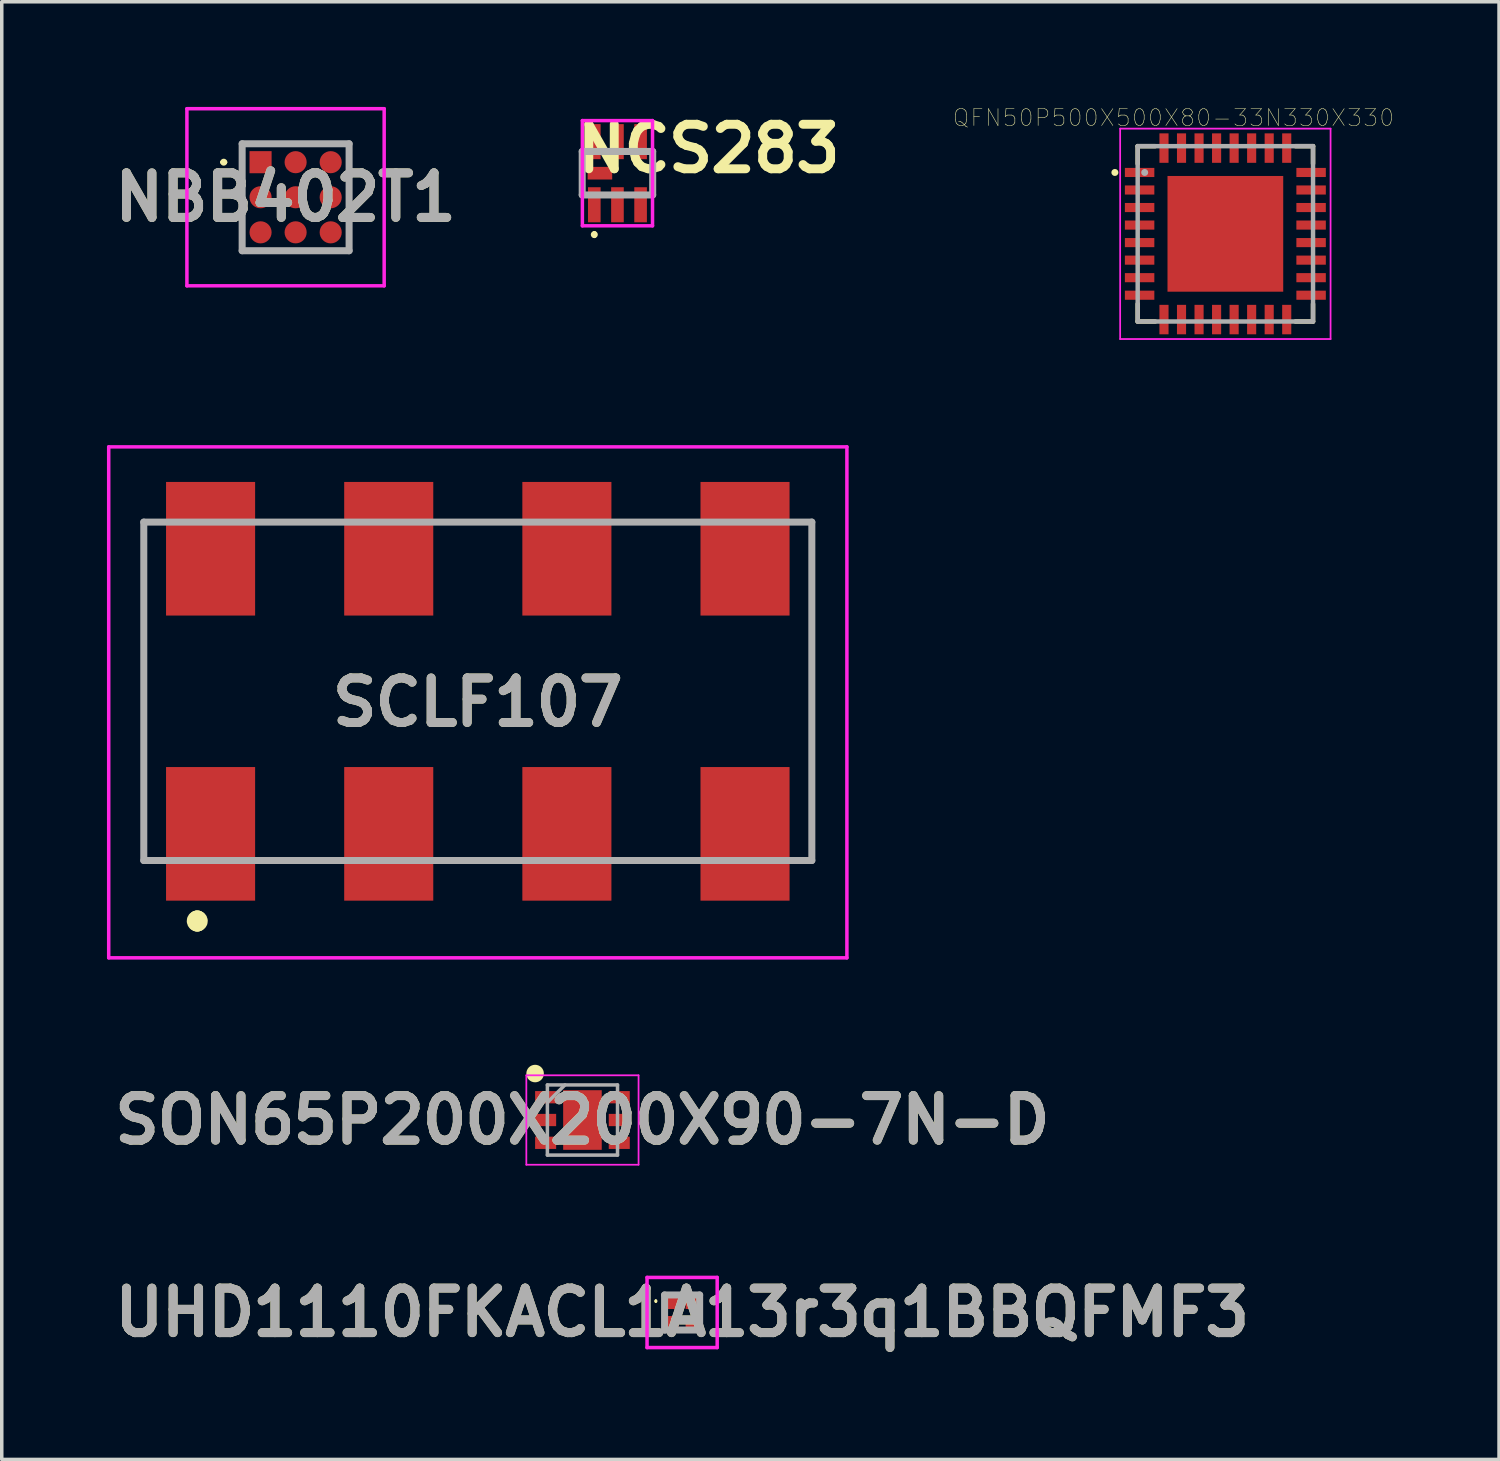
<source format=kicad_pcb>
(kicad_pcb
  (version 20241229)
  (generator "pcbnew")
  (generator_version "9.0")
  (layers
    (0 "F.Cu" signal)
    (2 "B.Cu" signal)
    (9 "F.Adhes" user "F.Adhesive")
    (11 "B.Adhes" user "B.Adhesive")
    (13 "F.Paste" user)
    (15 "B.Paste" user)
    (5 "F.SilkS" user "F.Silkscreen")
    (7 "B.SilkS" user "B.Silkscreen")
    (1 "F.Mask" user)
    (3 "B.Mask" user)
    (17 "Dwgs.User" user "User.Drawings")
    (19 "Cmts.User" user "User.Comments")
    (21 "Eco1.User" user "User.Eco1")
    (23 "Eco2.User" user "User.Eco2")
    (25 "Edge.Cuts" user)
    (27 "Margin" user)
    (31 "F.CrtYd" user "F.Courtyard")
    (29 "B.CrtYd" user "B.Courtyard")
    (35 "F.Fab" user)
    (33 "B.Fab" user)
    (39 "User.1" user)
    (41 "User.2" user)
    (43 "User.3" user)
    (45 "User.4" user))
  (footprint "SCLF107"
    (layer "F.Cu")
    (at 10.575 16.663)
    (property "Reference" "SCLF107" (at 0 0.315 0) (layer "F.SilkS") (effects (font (size 1.27 1.27) (thickness 0.254))))
    (attr smd)
    (fp_line (start -9.525 -4.825) (end -9.5 4.5) (stroke (width 0.1) (type solid)) (layer "F.SilkS"))
    (fp_line (start -8 6.5) (end -8 6.5) (stroke (width 0.5) (type solid)) (layer "F.SilkS"))
    (fp_line (start -8 6.6) (end -8 6.6) (stroke (width 0.5) (type solid)) (layer "F.SilkS"))
    (fp_line (start 9.5 -4.825) (end 9.525 4.5) (stroke (width 0.1) (type solid)) (layer "F.SilkS"))
    (fp_arc (start -8 6.5) (mid -7.95 6.55) (end -8 6.6) (stroke (width 0.5) (type solid)) (layer "F.SilkS"))
    (fp_arc (start -8 6.6) (mid -8.05 6.55) (end -8 6.5) (stroke (width 0.5) (type solid)) (layer "F.SilkS"))
    (fp_line (start -10.525 -6.97) (end 10.525 -6.97) (stroke (width 0.1) (type solid)) (layer "F.CrtYd"))
    (fp_line (start -10.525 7.6) (end -10.525 -6.97) (stroke (width 0.1) (type solid)) (layer "F.CrtYd"))
    (fp_line (start 10.525 -6.97) (end 10.525 7.6) (stroke (width 0.1) (type solid)) (layer "F.CrtYd"))
    (fp_line (start 10.525 7.6) (end -10.525 7.6) (stroke (width 0.1) (type solid)) (layer "F.CrtYd"))
    (fp_line (start -9.525 -4.825) (end 9.525 -4.825) (stroke (width 0.2) (type solid)) (layer "F.Fab"))
    (fp_line (start -9.525 4.825) (end -9.525 -4.825) (stroke (width 0.2) (type solid)) (layer "F.Fab"))
    (fp_line (start 9.525 -4.825) (end 9.525 4.825) (stroke (width 0.2) (type solid)) (layer "F.Fab"))
    (fp_line (start 9.525 4.825) (end -9.525 4.825) (stroke (width 0.2) (type solid)) (layer "F.Fab"))
    (fp_text user "${REFERENCE}" (at 0 0.315 0) (layer "F.Fab") (effects (font (size 1.27 1.27) (thickness 0.254))))
    (pad "1" smd rect (at -7.62 4.065) (size 2.54 3.81) (layers "F.Cu" "F.Mask" "F.Paste"))
    (pad "2" smd rect (at -7.62 -4.065) (size 2.54 3.81) (layers "F.Cu" "F.Mask" "F.Paste"))
    (pad "3" smd rect (at -2.54 4.065) (size 2.54 3.81) (layers "F.Cu" "F.Mask" "F.Paste"))
    (pad "4" smd rect (at -2.54 -4.065) (size 2.54 3.81) (layers "F.Cu" "F.Mask" "F.Paste"))
    (pad "5" smd rect (at 2.54 4.065) (size 2.54 3.81) (layers "F.Cu" "F.Mask" "F.Paste"))
    (pad "6" smd rect (at 2.54 -4.065) (size 2.54 3.81) (layers "F.Cu" "F.Mask" "F.Paste"))
    (pad "7" smd rect (at 7.62 4.065) (size 2.54 3.81) (layers "F.Cu" "F.Mask" "F.Paste"))
    (pad "8" smd rect (at 7.62 -4.065) (size 2.54 3.81) (layers "F.Cu" "F.Mask" "F.Paste")))
  (footprint "NCS283"
    (layer "F.Cu")
    (at 14.557 1.889)
    (property "Reference" "NCS283" (at 2.6 -0.7 0) (layer "F.SilkS") (effects (font (size 1.27 1.27) (thickness 0.254))))
    (attr smd)
    (fp_line (start -1.005 -0.1) (end -1 0.1) (stroke (width 0.1) (type solid)) (layer "F.SilkS"))
    (fp_line (start -0.66 1.7) (end -0.66 1.7) (stroke (width 0.1) (type solid)) (layer "F.SilkS"))
    (fp_line (start -0.66 1.8) (end -0.66 1.8) (stroke (width 0.1) (type solid)) (layer "F.SilkS"))
    (fp_line (start 1.005 -0.1) (end 1.005 0.1) (stroke (width 0.1) (type solid)) (layer "F.SilkS"))
    (fp_arc (start -0.66 1.7) (mid -0.61 1.75) (end -0.66 1.8) (stroke (width 0.1) (type solid)) (layer "F.SilkS"))
    (fp_arc (start -0.66 1.8) (mid -0.71 1.75) (end -0.66 1.7) (stroke (width 0.1) (type solid)) (layer "F.SilkS"))
    (fp_line (start -1 -1.5) (end 1 -1.5) (stroke (width 0.1) (type solid)) (layer "F.CrtYd"))
    (fp_line (start -1 1.5) (end -1 -1.5) (stroke (width 0.1) (type solid)) (layer "F.CrtYd"))
    (fp_line (start 1 -1.5) (end 1 1.5) (stroke (width 0.1) (type solid)) (layer "F.CrtYd"))
    (fp_line (start 1 1.5) (end -1 1.5) (stroke (width 0.1) (type solid)) (layer "F.CrtYd"))
    (fp_line (start -1.005 -0.62) (end 1.005 -0.62) (stroke (width 0.2) (type solid)) (layer "F.Fab"))
    (fp_line (start -1.005 0.62) (end -1.005 -0.62) (stroke (width 0.2) (type solid)) (layer "F.Fab"))
    (fp_line (start 1.005 -0.62) (end 1.005 0.62) (stroke (width 0.2) (type solid)) (layer "F.Fab"))
    (fp_line (start 1.005 0.62) (end -1.005 0.62) (stroke (width 0.2) (type solid)) (layer "F.Fab"))
    (pad "1" smd rect (at -0.66 0.9) (size 0.36 1) (layers "F.Cu" "F.Mask" "F.Paste"))
    (pad "2" smd rect (at 0 0.9) (size 0.36 1) (layers "F.Cu" "F.Mask" "F.Paste"))
    (pad "3" smd rect (at 0.66 0.9) (size 0.36 1) (layers "F.Cu" "F.Mask" "F.Paste"))
    (pad "4" smd rect (at 0.66 -0.9) (size 0.36 1) (layers "F.Cu" "F.Mask" "F.Paste"))
    (pad "5" smd rect (at 0 -0.9) (size 0.36 1) (layers "F.Cu" "F.Mask" "F.Paste"))
    (pad "6" smd rect (at -0.66 -0.9) (size 0.36 1) (layers "F.Cu" "F.Mask" "F.Paste"))
    (pad "7" smd rect (at -0.5 0 90) (size 0.36 0.7) (layers "F.Cu" "F.Mask" "F.Paste")))
  (footprint "QFN50P500X500X80-33N330X330"
    (layer "F.Cu")
    (at 31.892 3.618)
    (property "Reference" "QFN50P500X500X80-33N330X330" (at -1.479 -3.311 0) (layer "F.SilkS") (effects (font (size 0.481 0.481) (thickness 0.015))))
    (attr through_hole)
    (fp_line (start -2.5 -2.5) (end -2.5 -2) (stroke (width 0.127) (type solid)) (layer "F.SilkS"))
    (fp_line (start -2.5 2) (end -2.5 2.5) (stroke (width 0.127) (type solid)) (layer "F.SilkS"))
    (fp_line (start -2.5 2.5) (end -2 2.5) (stroke (width 0.127) (type solid)) (layer "F.SilkS"))
    (fp_line (start -2 -2.5) (end -2.5 -2.5) (stroke (width 0.127) (type solid)) (layer "F.SilkS"))
    (fp_line (start 2 -2.5) (end 2.5 -2.5) (stroke (width 0.127) (type solid)) (layer "F.SilkS"))
    (fp_line (start 2.5 -2.5) (end 2.5 -2) (stroke (width 0.127) (type solid)) (layer "F.SilkS"))
    (fp_line (start 2.5 2) (end 2.5 2.5) (stroke (width 0.127) (type solid)) (layer "F.SilkS"))
    (fp_line (start 2.5 2.5) (end 2 2.5) (stroke (width 0.127) (type solid)) (layer "F.SilkS"))
    (fp_circle (center -3.15 -1.75) (end -3.1 -1.75) (stroke (width 0.1) (type solid)) (fill no) (layer "F.SilkS"))
    (fp_line (start -3 -3) (end 3 -3) (stroke (width 0.05) (type solid)) (layer "F.CrtYd"))
    (fp_line (start -3 3) (end -3 -3) (stroke (width 0.05) (type solid)) (layer "F.CrtYd"))
    (fp_line (start 3 -3) (end 3 3) (stroke (width 0.05) (type solid)) (layer "F.CrtYd"))
    (fp_line (start 3 3) (end -3 3) (stroke (width 0.05) (type solid)) (layer "F.CrtYd"))
    (fp_line (start -2.5 -2.5) (end 2.5 -2.5) (stroke (width 0.127) (type solid)) (layer "F.Fab"))
    (fp_line (start -2.5 2.5) (end -2.5 -2.5) (stroke (width 0.127) (type solid)) (layer "F.Fab"))
    (fp_line (start 2.5 -2.5) (end 2.5 2.5) (stroke (width 0.127) (type solid)) (layer "F.Fab"))
    (fp_line (start 2.5 2.5) (end -2.5 2.5) (stroke (width 0.127) (type solid)) (layer "F.Fab"))
    (fp_circle (center -2.3 -1.75) (end -2.25 -1.75) (stroke (width 0.1) (type solid)) (fill no) (layer "F.Fab"))
    (pad "1" smd rect (at -2.445 -1.75) (size 0.84 0.26) (layers "F.Cu" "F.Mask" "F.Paste"))
    (pad "2" smd rect (at -2.445 -1.25) (size 0.84 0.26) (layers "F.Cu" "F.Mask" "F.Paste"))
    (pad "3" smd rect (at -2.445 -0.75) (size 0.84 0.26) (layers "F.Cu" "F.Mask" "F.Paste"))
    (pad "4" smd rect (at -2.445 -0.25) (size 0.84 0.26) (layers "F.Cu" "F.Mask" "F.Paste"))
    (pad "5" smd rect (at -2.445 0.25) (size 0.84 0.26) (layers "F.Cu" "F.Mask" "F.Paste"))
    (pad "6" smd rect (at -2.445 0.75) (size 0.84 0.26) (layers "F.Cu" "F.Mask" "F.Paste"))
    (pad "7" smd rect (at -2.445 1.25) (size 0.84 0.26) (layers "F.Cu" "F.Mask" "F.Paste"))
    (pad "8" smd rect (at -2.445 1.75) (size 0.84 0.26) (layers "F.Cu" "F.Mask" "F.Paste"))
    (pad "9" smd rect (at -1.75 2.445) (size 0.26 0.84) (layers "F.Cu" "F.Mask" "F.Paste"))
    (pad "10" smd rect (at -1.25 2.445) (size 0.26 0.84) (layers "F.Cu" "F.Mask" "F.Paste"))
    (pad "11" smd rect (at -0.75 2.445) (size 0.26 0.84) (layers "F.Cu" "F.Mask" "F.Paste"))
    (pad "12" smd rect (at -0.25 2.445) (size 0.26 0.84) (layers "F.Cu" "F.Mask" "F.Paste"))
    (pad "13" smd rect (at 0.25 2.445) (size 0.26 0.84) (layers "F.Cu" "F.Mask" "F.Paste"))
    (pad "14" smd rect (at 0.75 2.445) (size 0.26 0.84) (layers "F.Cu" "F.Mask" "F.Paste"))
    (pad "15" smd rect (at 1.25 2.445) (size 0.26 0.84) (layers "F.Cu" "F.Mask" "F.Paste"))
    (pad "16" smd rect (at 1.75 2.445) (size 0.26 0.84) (layers "F.Cu" "F.Mask" "F.Paste"))
    (pad "17" smd rect (at 2.445 1.75) (size 0.84 0.26) (layers "F.Cu" "F.Mask" "F.Paste"))
    (pad "18" smd rect (at 2.445 1.25) (size 0.84 0.26) (layers "F.Cu" "F.Mask" "F.Paste"))
    (pad "19" smd rect (at 2.445 0.75) (size 0.84 0.26) (layers "F.Cu" "F.Mask" "F.Paste"))
    (pad "20" smd rect (at 2.445 0.25) (size 0.84 0.26) (layers "F.Cu" "F.Mask" "F.Paste"))
    (pad "21" smd rect (at 2.445 -0.25) (size 0.84 0.26) (layers "F.Cu" "F.Mask" "F.Paste"))
    (pad "22" smd rect (at 2.445 -0.75) (size 0.84 0.26) (layers "F.Cu" "F.Mask" "F.Paste"))
    (pad "23" smd rect (at 2.445 -1.25) (size 0.84 0.26) (layers "F.Cu" "F.Mask" "F.Paste"))
    (pad "24" smd rect (at 2.445 -1.75) (size 0.84 0.26) (layers "F.Cu" "F.Mask" "F.Paste"))
    (pad "25" smd rect (at 1.75 -2.445) (size 0.26 0.84) (layers "F.Cu" "F.Mask" "F.Paste"))
    (pad "26" smd rect (at 1.25 -2.445) (size 0.26 0.84) (layers "F.Cu" "F.Mask" "F.Paste"))
    (pad "27" smd rect (at 0.75 -2.445) (size 0.26 0.84) (layers "F.Cu" "F.Mask" "F.Paste"))
    (pad "28" smd rect (at 0.25 -2.445) (size 0.26 0.84) (layers "F.Cu" "F.Mask" "F.Paste"))
    (pad "29" smd rect (at -0.25 -2.445) (size 0.26 0.84) (layers "F.Cu" "F.Mask" "F.Paste"))
    (pad "30" smd rect (at -0.75 -2.445) (size 0.26 0.84) (layers "F.Cu" "F.Mask" "F.Paste"))
    (pad "31" smd rect (at -1.25 -2.445) (size 0.26 0.84) (layers "F.Cu" "F.Mask" "F.Paste"))
    (pad "32" smd rect (at -1.75 -2.445) (size 0.26 0.84) (layers "F.Cu" "F.Mask" "F.Paste"))
    (pad "33" smd rect (at 0 0) (size 3.3 3.3) (layers "F.Cu" "F.Mask" "F.Paste")))
  (footprint "SON65P200X200X90-7N-D"
    (layer "F.Cu")
    (at 13.559 28.888)
    (property "Reference" "SON65P200X200X90-7N-D" (at 0 0 0) (layer "F.SilkS") (effects (font (size 1.27 1.27) (thickness 0.254))))
    (attr smd)
    (fp_circle (center -1.35 -1.325) (end -1.35 -1.2) (stroke (width 0.25) (type solid)) (fill no) (layer "F.SilkS"))
    (fp_line (start -1.6 -1.275) (end 1.6 -1.275) (stroke (width 0.05) (type solid)) (layer "F.CrtYd"))
    (fp_line (start -1.6 1.275) (end -1.6 -1.275) (stroke (width 0.05) (type solid)) (layer "F.CrtYd"))
    (fp_line (start 1.6 -1.275) (end 1.6 1.275) (stroke (width 0.05) (type solid)) (layer "F.CrtYd"))
    (fp_line (start 1.6 1.275) (end -1.6 1.275) (stroke (width 0.05) (type solid)) (layer "F.CrtYd"))
    (fp_line (start -1 -1) (end 1 -1) (stroke (width 0.1) (type solid)) (layer "F.Fab"))
    (fp_line (start -1 -0.5) (end -0.5 -1) (stroke (width 0.1) (type solid)) (layer "F.Fab"))
    (fp_line (start -1 1) (end -1 -1) (stroke (width 0.1) (type solid)) (layer "F.Fab"))
    (fp_line (start 1 -1) (end 1 1) (stroke (width 0.1) (type solid)) (layer "F.Fab"))
    (fp_line (start 1 1) (end -1 1) (stroke (width 0.1) (type solid)) (layer "F.Fab"))
    (fp_text user "${REFERENCE}" (at 0 0 0) (layer "F.Fab") (effects (font (size 1.27 1.27) (thickness 0.254))))
    (pad "1" smd rect (at -1.05 -0.65 90) (size 0.35 0.6) (layers "F.Cu" "F.Mask" "F.Paste"))
    (pad "2" smd rect (at -1.05 0 90) (size 0.35 0.6) (layers "F.Cu" "F.Mask" "F.Paste"))
    (pad "3" smd rect (at -1.05 0.65 90) (size 0.35 0.6) (layers "F.Cu" "F.Mask" "F.Paste"))
    (pad "4" smd rect (at 1.05 0.65 90) (size 0.35 0.6) (layers "F.Cu" "F.Mask" "F.Paste"))
    (pad "5" smd rect (at 1.05 0 90) (size 0.35 0.6) (layers "F.Cu" "F.Mask" "F.Paste"))
    (pad "6" smd rect (at 1.05 -0.65 90) (size 0.35 0.6) (layers "F.Cu" "F.Mask" "F.Paste"))
    (pad "7" smd rect (at 0 0) (size 1.1 1.7) (layers "F.Cu" "F.Mask" "F.Paste")))
  (footprint "UHD1110FKACL1A13r3q1BBQFMF3"
    (layer "F.Cu")
    (at 16.401 34.377)
    (property "Reference" "UHD1110FKACL1A13r3q1BBQFMF3" (at 0 0 0) (layer "F.SilkS") (effects (font (size 1.27 1.27) (thickness 0.254))))
    (attr smd)
    (fp_line (start -0.75 -0.35) (end -0.75 -0.35) (stroke (width 0.05) (type solid)) (layer "F.SilkS"))
    (fp_line (start -0.75 -0.3) (end -0.75 -0.3) (stroke (width 0.05) (type solid)) (layer "F.SilkS"))
    (fp_arc (start -0.75 -0.35) (mid -0.725 -0.325) (end -0.75 -0.3) (stroke (width 0.05) (type solid)) (layer "F.SilkS"))
    (fp_arc (start -0.75 -0.3) (mid -0.775 -0.325) (end -0.75 -0.35) (stroke (width 0.05) (type solid)) (layer "F.SilkS"))
    (fp_line (start -1 -1) (end 1 -1) (stroke (width 0.1) (type solid)) (layer "F.CrtYd"))
    (fp_line (start -1 1) (end -1 -1) (stroke (width 0.1) (type solid)) (layer "F.CrtYd"))
    (fp_line (start 1 -1) (end 1 1) (stroke (width 0.1) (type solid)) (layer "F.CrtYd"))
    (fp_line (start 1 1) (end -1 1) (stroke (width 0.1) (type solid)) (layer "F.CrtYd"))
    (fp_line (start -0.5 -0.5) (end 0.5 -0.5) (stroke (width 0.2) (type solid)) (layer "F.Fab"))
    (fp_line (start -0.5 0.5) (end -0.5 -0.5) (stroke (width 0.2) (type solid)) (layer "F.Fab"))
    (fp_line (start 0.5 -0.5) (end 0.5 0.5) (stroke (width 0.2) (type solid)) (layer "F.Fab"))
    (fp_line (start 0.5 0.5) (end -0.5 0.5) (stroke (width 0.2) (type solid)) (layer "F.Fab"))
    (fp_text user "${REFERENCE}" (at 0 0 0) (layer "F.Fab") (effects (font (size 1.27 1.27) (thickness 0.254))))
    (pad "1" smd rect (at -0.3 -0.3 90) (size 0.4 0.4) (layers "F.Cu" "F.Mask" "F.Paste"))
    (pad "2" smd rect (at -0.3 0.3 90) (size 0.4 0.4) (layers "F.Cu" "F.Mask" "F.Paste"))
    (pad "3" smd rect (at 0.3 0.3 90) (size 0.4 0.4) (layers "F.Cu" "F.Mask" "F.Paste"))
    (pad "4" smd rect (at 0.3 -0.3 90) (size 0.4 0.4) (layers "F.Cu" "F.Mask" "F.Paste")))
  (footprint "NBB402T1"
    (layer "F.Cu")
    (at 5.38 2.575)
    (property "Reference" "NBB402T1" (at -0.288 0 0) (layer "F.SilkS") (effects (font (size 1.27 1.27) (thickness 0.254))))
    (attr smd)
    (fp_line (start -2.1 -1) (end -2.1 -1) (stroke (width 0.1) (type solid)) (layer "F.SilkS"))
    (fp_line (start -2 -1) (end -2 -1) (stroke (width 0.1) (type solid)) (layer "F.SilkS"))
    (fp_line (start -1.525 -1.525) (end 1.525 -1.525) (stroke (width 0.1) (type solid)) (layer "F.SilkS"))
    (fp_line (start -1.525 1.525) (end -1.525 -1.525) (stroke (width 0.1) (type solid)) (layer "F.SilkS"))
    (fp_line (start 1.525 -1.525) (end 1.525 1.525) (stroke (width 0.1) (type solid)) (layer "F.SilkS"))
    (fp_line (start 1.525 1.525) (end -1.525 1.525) (stroke (width 0.1) (type solid)) (layer "F.SilkS"))
    (fp_arc (start -2.1 -1) (mid -2.05 -1.05) (end -2 -1) (stroke (width 0.1) (type solid)) (layer "F.SilkS"))
    (fp_arc (start -2 -1) (mid -2.05 -0.95) (end -2.1 -1) (stroke (width 0.1) (type solid)) (layer "F.SilkS"))
    (fp_line (start -3.1 -2.525) (end 2.525 -2.525) (stroke (width 0.1) (type solid)) (layer "F.CrtYd"))
    (fp_line (start -3.1 2.525) (end -3.1 -2.525) (stroke (width 0.1) (type solid)) (layer "F.CrtYd"))
    (fp_line (start 2.525 -2.525) (end 2.525 2.525) (stroke (width 0.1) (type solid)) (layer "F.CrtYd"))
    (fp_line (start 2.525 2.525) (end -3.1 2.525) (stroke (width 0.1) (type solid)) (layer "F.CrtYd"))
    (fp_line (start -1.525 -1.525) (end 1.525 -1.525) (stroke (width 0.2) (type solid)) (layer "F.Fab"))
    (fp_line (start -1.525 1.525) (end -1.525 -1.525) (stroke (width 0.2) (type solid)) (layer "F.Fab"))
    (fp_line (start 1.525 -1.525) (end 1.525 1.525) (stroke (width 0.2) (type solid)) (layer "F.Fab"))
    (fp_line (start 1.525 1.525) (end -1.525 1.525) (stroke (width 0.2) (type solid)) (layer "F.Fab"))
    (fp_text user "${REFERENCE}" (at -0.288 0 0) (layer "F.Fab") (effects (font (size 1.27 1.27) (thickness 0.254))))
    (pad "1" smd rect (at -1 -1 90) (size 0.63 0.63) (layers "F.Cu" "F.Mask" "F.Paste"))
    (pad "2" smd circle (at 0 -1 90) (size 0.63 0.63) (layers "F.Cu" "F.Mask" "F.Paste"))
    (pad "3" smd circle (at 1 -1 90) (size 0.63 0.63) (layers "F.Cu" "F.Mask" "F.Paste"))
    (pad "4" smd circle (at 1 0 90) (size 0.63 0.63) (layers "F.Cu" "F.Mask" "F.Paste"))
    (pad "5" smd circle (at 1 1 90) (size 0.63 0.63) (layers "F.Cu" "F.Mask" "F.Paste"))
    (pad "6" smd circle (at 0 1 90) (size 0.63 0.63) (layers "F.Cu" "F.Mask" "F.Paste"))
    (pad "7" smd circle (at -1 1 90) (size 0.63 0.63) (layers "F.Cu" "F.Mask" "F.Paste"))
    (pad "8" smd circle (at -1 0 90) (size 0.63 0.63) (layers "F.Cu" "F.Mask" "F.Paste"))
    (pad "9" smd circle (at 0 0 90) (size 0.63 0.63) (layers "F.Cu" "F.Mask" "F.Paste")))
  (gr_rect
    (start -3 -3)
    (end 39.696 38.566)
    (stroke (width 0.1) (type default))
    (fill no)
    (layer "Edge.Cuts")))
</source>
